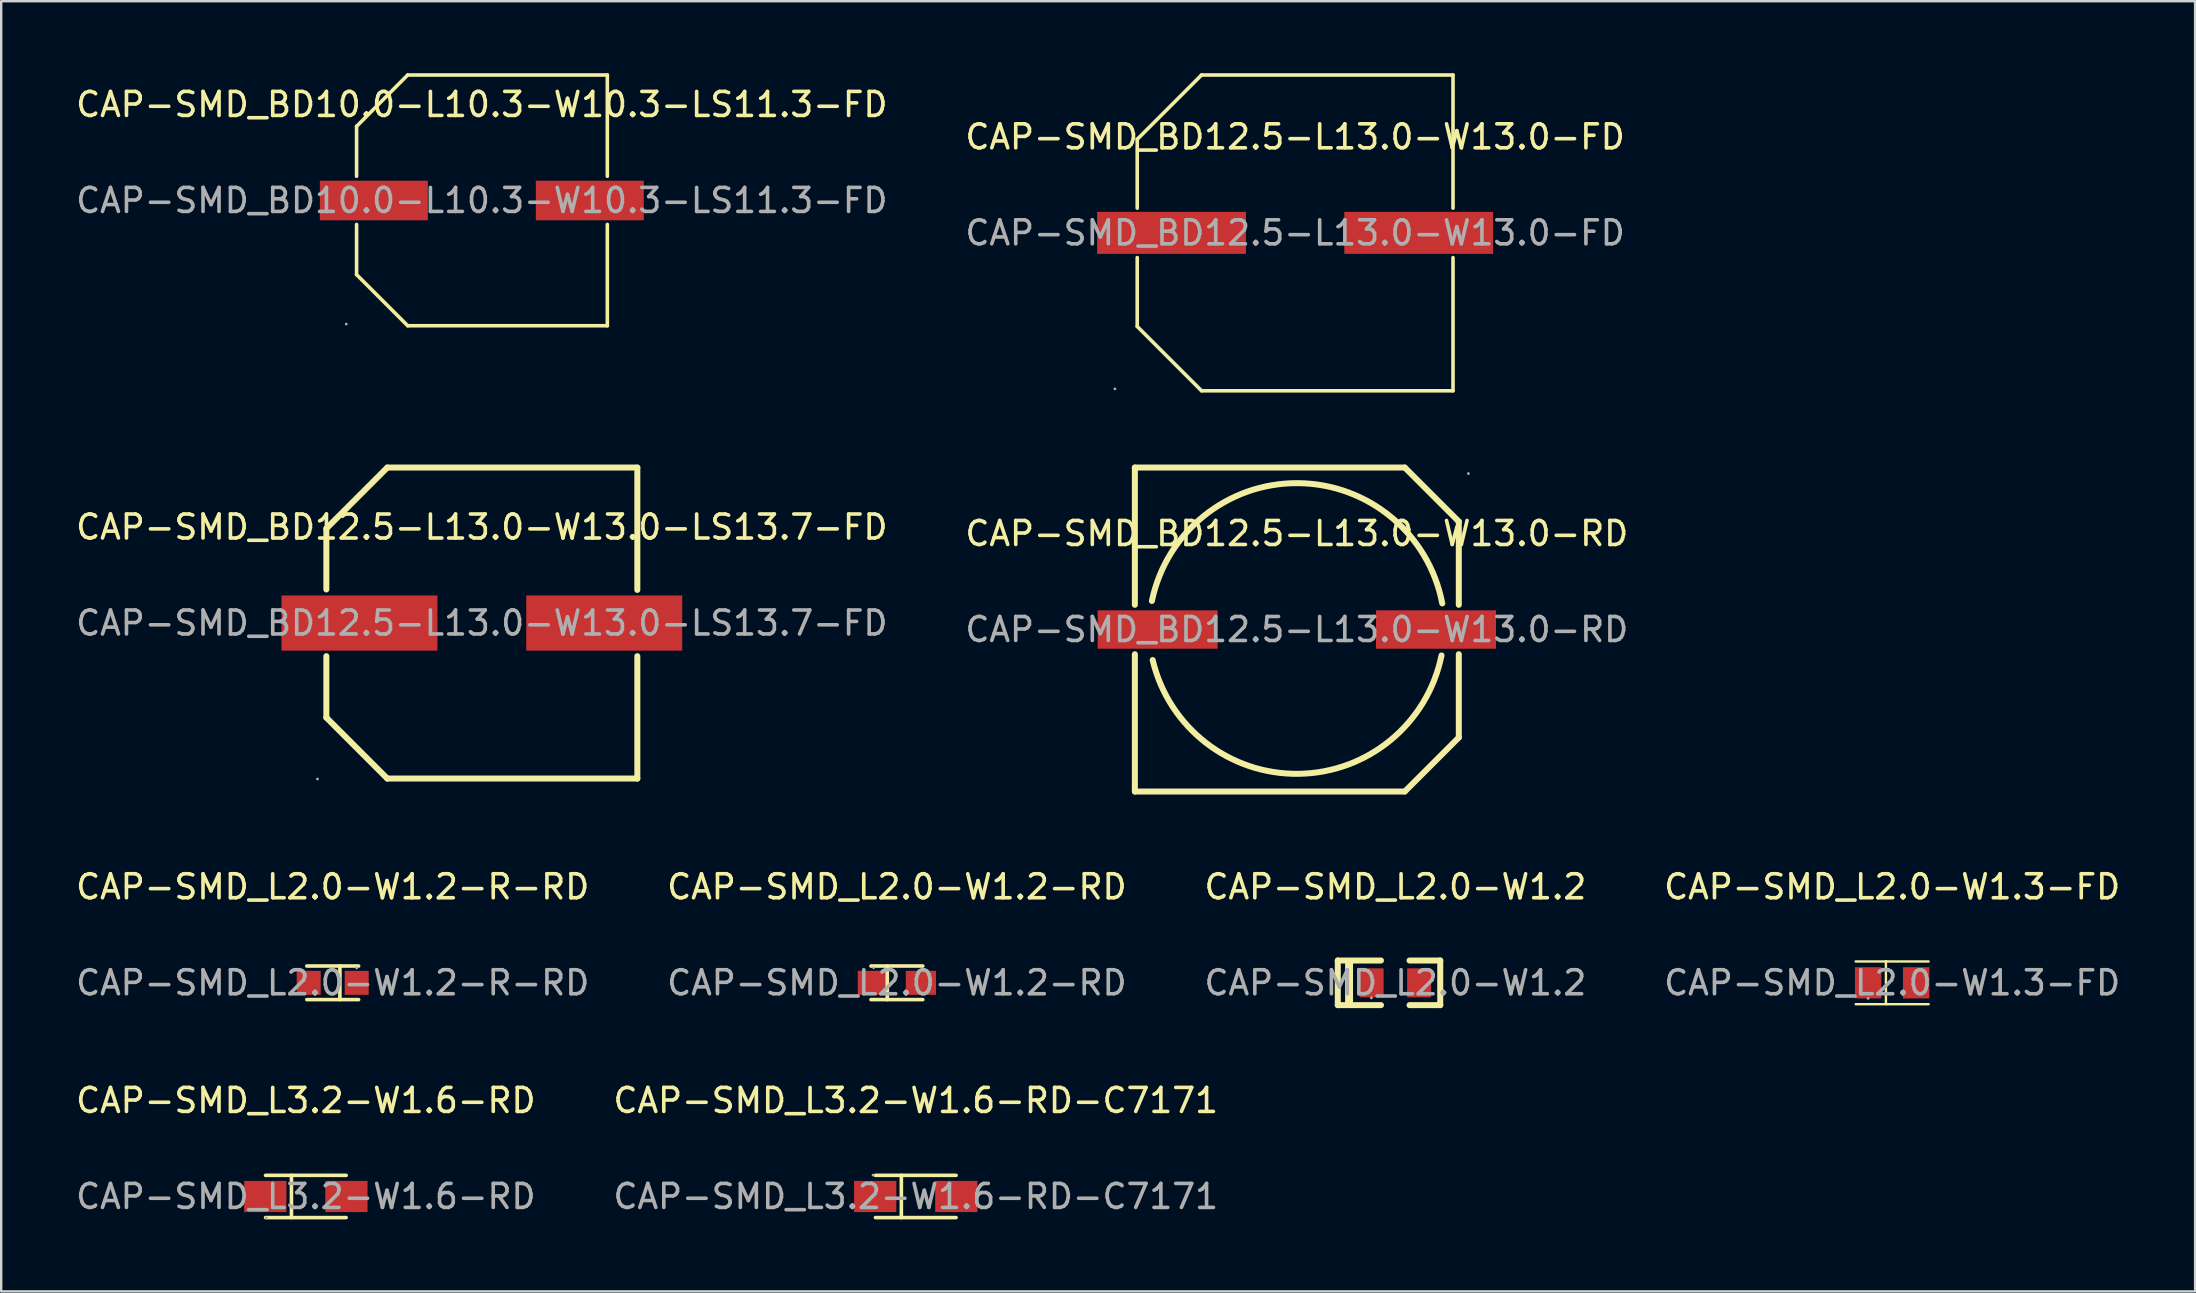
<source format=kicad_pcb>
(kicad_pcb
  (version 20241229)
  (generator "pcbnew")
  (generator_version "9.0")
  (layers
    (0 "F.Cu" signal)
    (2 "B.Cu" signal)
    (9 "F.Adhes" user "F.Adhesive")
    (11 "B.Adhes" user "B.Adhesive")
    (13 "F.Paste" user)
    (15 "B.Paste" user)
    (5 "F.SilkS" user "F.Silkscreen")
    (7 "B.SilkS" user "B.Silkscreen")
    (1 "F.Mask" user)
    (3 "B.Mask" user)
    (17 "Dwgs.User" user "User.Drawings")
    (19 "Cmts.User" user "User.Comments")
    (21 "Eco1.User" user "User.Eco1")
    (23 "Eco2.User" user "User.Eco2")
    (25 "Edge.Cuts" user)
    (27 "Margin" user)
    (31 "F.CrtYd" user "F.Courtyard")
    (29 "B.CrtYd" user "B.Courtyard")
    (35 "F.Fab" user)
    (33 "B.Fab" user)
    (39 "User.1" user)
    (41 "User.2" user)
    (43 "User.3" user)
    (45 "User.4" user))
  (footprint "CAP-SMD_L2.0-W1.2"
    (layer "F.Cu")
    (at 55.101 37.908)
    (property "Reference" "CAP-SMD_L2.0-W1.2" (at 0 -4 0) (layer "F.SilkS") (effects (font (size 1 1) (thickness 0.15))))
    (attr through_hole)
    (fp_line (start -2.4 0.93) (end -2.4 -0.93) (stroke (width 0.25) (type solid)) (layer "F.SilkS"))
    (fp_line (start -1.93 0.87) (end -1.93 -0.87) (stroke (width 0.33) (type solid)) (layer "F.SilkS"))
    (fp_line (start -0.6 -0.93) (end -2.4 -0.93) (stroke (width 0.25) (type solid)) (layer "F.SilkS"))
    (fp_line (start -0.6 0.93) (end -2.4 0.93) (stroke (width 0.25) (type solid)) (layer "F.SilkS"))
    (fp_line (start 0.59 0.93) (end 1.87 0.93) (stroke (width 0.25) (type solid)) (layer "F.SilkS"))
    (fp_line (start 1.87 -0.93) (end 0.59 -0.93) (stroke (width 0.25) (type solid)) (layer "F.SilkS"))
    (fp_line (start 1.87 0.93) (end 1.87 -0.93) (stroke (width 0.25) (type solid)) (layer "F.SilkS"))
    (fp_circle (center -1 0.63) (end -0.97 0.63) (stroke (width 0.06) (type solid)) (fill no) (layer "F.Fab"))
    (fp_text user "${REFERENCE}" (at 0 0 0) (layer "F.Fab") (effects (font (size 1 1) (thickness 0.15))))
    (pad "1" smd rect (at -0.99 0) (size 1 1.21) (layers "F.Cu" "F.Mask" "F.Paste"))
    (pad "2" smd rect (at 0.99 0) (size 1 1.21) (layers "F.Cu" "F.Mask" "F.Paste")))
  (footprint "CAP-SMD_L3.2-W1.6-RD"
    (layer "F.Cu")
    (at 9.696 46.812)
    (property "Reference" "CAP-SMD_L3.2-W1.6-RD" (at 0 -4 0) (layer "F.SilkS") (effects (font (size 1 1) (thickness 0.15))))
    (attr through_hole)
    (fp_line (start -0.6 0.88) (end -0.6 -0.88) (stroke (width 0.15) (type solid)) (layer "F.SilkS"))
    (fp_line (start 1.68 -0.88) (end -1.68 -0.88) (stroke (width 0.15) (type solid)) (layer "F.SilkS"))
    (fp_line (start 1.68 0.88) (end -1.68 0.88) (stroke (width 0.15) (type solid)) (layer "F.SilkS"))
    (fp_circle (center -1.65 0.89) (end -1.62 0.89) (stroke (width 0.06) (type solid)) (fill no) (layer "F.Fab"))
    (fp_text user "${REFERENCE}" (at 0 0 0) (layer "F.Fab") (effects (font (size 1 1) (thickness 0.15))))
    (pad "1" smd rect (at -1.69 0 180) (size 1.76 1.3) (layers "F.Cu" "F.Mask" "F.Paste"))
    (pad "2" smd rect (at 1.69 0 180) (size 1.76 1.3) (layers "F.Cu" "F.Mask" "F.Paste")))
  (footprint "CAP-SMD_BD10.0-L10.3-W10.3-LS11.3-FD"
    (layer "F.Cu")
    (at 17.03 5.305)
    (property "Reference" "CAP-SMD_BD10.0-L10.3-W10.3-LS11.3-FD" (at 0 -4 0) (layer "F.SilkS") (effects (font (size 1 1) (thickness 0.15))))
    (attr through_hole)
    (fp_line (start -5.22 -3.09) (end -5.22 -1.01) (stroke (width 0.15) (type solid)) (layer "F.SilkS"))
    (fp_line (start -5.22 1) (end -5.22 3.09) (stroke (width 0.15) (type solid)) (layer "F.SilkS"))
    (fp_line (start -3.09 -5.23) (end -5.22 -3.09) (stroke (width 0.15) (type solid)) (layer "F.SilkS"))
    (fp_line (start -3.09 5.22) (end -5.22 3.09) (stroke (width 0.15) (type solid)) (layer "F.SilkS"))
    (fp_line (start 5.23 -5.23) (end -3.09 -5.23) (stroke (width 0.15) (type solid)) (layer "F.SilkS"))
    (fp_line (start 5.23 -1.01) (end 5.23 -5.23) (stroke (width 0.15) (type solid)) (layer "F.SilkS"))
    (fp_line (start 5.23 5.22) (end -3.09 5.22) (stroke (width 0.15) (type solid)) (layer "F.SilkS"))
    (fp_line (start 5.23 5.22) (end 5.23 1) (stroke (width 0.15) (type solid)) (layer "F.SilkS"))
    (fp_circle (center -5.65 5.15) (end -5.62 5.15) (stroke (width 0.06) (type solid)) (fill no) (layer "F.Fab"))
    (fp_text user "${REFERENCE}" (at 0 0 0) (layer "F.Fab") (effects (font (size 1 1) (thickness 0.15))))
    (pad "1" smd rect (at -4.5 0) (size 4.5 1.65) (layers "F.Cu" "F.Mask" "F.Paste"))
    (pad "2" smd rect (at 4.5 0) (size 4.5 1.65) (layers "F.Cu" "F.Mask" "F.Paste")))
  (footprint "CAP-SMD_BD12.5-L13.0-W13.0-RD"
    (layer "F.Cu")
    (at 50.994 23.185)
    (property "Reference" "CAP-SMD_BD12.5-L13.0-W13.0-RD" (at 0 -4 0) (layer "F.SilkS") (effects (font (size 1 1) (thickness 0.15))))
    (attr through_hole)
    (fp_line (start -6.75 -6.75) (end 4.5 -6.75) (stroke (width 0.25) (type solid)) (layer "F.SilkS"))
    (fp_line (start -6.75 -1.03) (end -6.75 -6.75) (stroke (width 0.25) (type solid)) (layer "F.SilkS"))
    (fp_line (start -6.75 6.75) (end -6.75 1.03) (stroke (width 0.25) (type solid)) (layer "F.SilkS"))
    (fp_line (start -6.75 6.75) (end 4.5 6.75) (stroke (width 0.25) (type solid)) (layer "F.SilkS"))
    (fp_line (start 4.5 6.75) (end 6.75 4.5) (stroke (width 0.25) (type solid)) (layer "F.SilkS"))
    (fp_line (start 6.75 -4.5) (end 4.5 -6.75) (stroke (width 0.25) (type solid)) (layer "F.SilkS"))
    (fp_line (start 6.75 -1.03) (end 6.75 -4.5) (stroke (width 0.25) (type solid)) (layer "F.SilkS"))
    (fp_line (start 6.75 4.5) (end 6.75 1.03) (stroke (width 0.25) (type solid)) (layer "F.SilkS"))
    (fp_arc (start -6.04 -1.19) (mid 0.051521 -6.099809) (end 6.0602 -1.088957) (stroke (width 0.25) (type solid)) (layer "F.SilkS"))
    (fp_arc (start 6.03 1.08) (mid 0.087846 6.013191) (end -6.007911 1.271112) (stroke (width 0.25) (type solid)) (layer "F.SilkS"))
    (fp_circle (center 7.15 -6.5) (end 7.18 -6.5) (stroke (width 0.06) (type solid)) (fill no) (layer "F.Fab"))
    (fp_text user "${REFERENCE}" (at 0 0 0) (layer "F.Fab") (effects (font (size 1 1) (thickness 0.15))))
    (pad "1" smd rect (at 5.8 0) (size 5 1.6) (layers "F.Cu" "F.Mask" "F.Paste"))
    (pad "2" smd rect (at -5.8 0) (size 5 1.6) (layers "F.Cu" "F.Mask" "F.Paste")))
  (footprint "CAP-SMD_L2.0-W1.2-RD"
    (layer "F.Cu")
    (at 34.327 37.908)
    (property "Reference" "CAP-SMD_L2.0-W1.2-RD" (at 0 -4 0) (layer "F.SilkS") (effects (font (size 1 1) (thickness 0.15))))
    (attr through_hole)
    (fp_line (start -0.4 0.7) (end -0.4 -0.7) (stroke (width 0.15) (type solid)) (layer "F.SilkS"))
    (fp_line (start 1.08 -0.7) (end -1.08 -0.7) (stroke (width 0.15) (type solid)) (layer "F.SilkS"))
    (fp_line (start 1.08 0.7) (end -1.08 0.7) (stroke (width 0.15) (type solid)) (layer "F.SilkS"))
    (fp_circle (center -0.97 -0.63) (end -0.94 -0.63) (stroke (width 0.06) (type solid)) (fill no) (layer "F.Fab"))
    (fp_text user "${REFERENCE}" (at 0 0 0) (layer "F.Fab") (effects (font (size 1 1) (thickness 0.15))))
    (pad "1" smd rect (at -1 0 180) (size 1.26 1) (layers "F.Cu" "F.Mask" "F.Paste"))
    (pad "2" smd rect (at 1 0 180) (size 1.26 1) (layers "F.Cu" "F.Mask" "F.Paste")))
  (footprint "CAP-SMD_L2.0-W1.2-R-RD"
    (layer "F.Cu")
    (at 10.815 37.908)
    (property "Reference" "CAP-SMD_L2.0-W1.2-R-RD" (at 0 -4 0) (layer "F.SilkS") (effects (font (size 1 1) (thickness 0.15))))
    (attr through_hole)
    (fp_line (start -1.08 -0.7) (end 1.08 -0.7) (stroke (width 0.15) (type solid)) (layer "F.SilkS"))
    (fp_line (start -1.08 0.7) (end 1.08 0.7) (stroke (width 0.15) (type solid)) (layer "F.SilkS"))
    (fp_line (start 0.3 -0.7) (end 0.3 0.7) (stroke (width 0.15) (type solid)) (layer "F.SilkS"))
    (fp_circle (center 1 -0.62) (end 1.03 -0.62) (stroke (width 0.06) (type solid)) (fill no) (layer "F.Fab"))
    (fp_text user "${REFERENCE}" (at 0 0 0) (layer "F.Fab") (effects (font (size 1 1) (thickness 0.15))))
    (pad "1" smd rect (at 1 0) (size 1 1) (layers "F.Cu" "F.Mask" "F.Paste"))
    (pad "2" smd rect (at -1 0) (size 1 1) (layers "F.Cu" "F.Mask" "F.Paste")))
  (footprint "CAP-SMD_BD12.5-L13.0-W13.0-FD"
    (layer "F.Cu")
    (at 50.923 6.655)
    (property "Reference" "CAP-SMD_BD12.5-L13.0-W13.0-FD" (at 0 -4 0) (layer "F.SilkS") (effects (font (size 1 1) (thickness 0.15))))
    (attr through_hole)
    (fp_line (start -6.58 -3.9) (end -6.58 -1.03) (stroke (width 0.15) (type solid)) (layer "F.SilkS"))
    (fp_line (start -6.58 3.9) (end -6.58 1.03) (stroke (width 0.15) (type solid)) (layer "F.SilkS"))
    (fp_line (start -3.9 -6.58) (end -6.58 -3.9) (stroke (width 0.15) (type solid)) (layer "F.SilkS"))
    (fp_line (start -3.9 6.58) (end -6.58 3.9) (stroke (width 0.15) (type solid)) (layer "F.SilkS"))
    (fp_line (start 6.58 -6.58) (end -3.9 -6.58) (stroke (width 0.15) (type solid)) (layer "F.SilkS"))
    (fp_line (start 6.58 -1.03) (end 6.58 -6.58) (stroke (width 0.15) (type solid)) (layer "F.SilkS"))
    (fp_line (start 6.58 1.03) (end 6.58 6.58) (stroke (width 0.15) (type solid)) (layer "F.SilkS"))
    (fp_line (start 6.58 6.58) (end -3.9 6.58) (stroke (width 0.15) (type solid)) (layer "F.SilkS"))
    (fp_circle (center -7.51 6.5) (end -7.48 6.5) (stroke (width 0.06) (type solid)) (fill no) (layer "F.Fab"))
    (fp_text user "${REFERENCE}" (at 0 0 0) (layer "F.Fab") (effects (font (size 1 1) (thickness 0.15))))
    (pad "1" smd rect (at -5.15 0) (size 6.2 1.75) (layers "F.Cu" "F.Mask" "F.Paste"))
    (pad "2" smd rect (at 5.15 0) (size 6.2 1.75) (layers "F.Cu" "F.Mask" "F.Paste")))
  (footprint "CAP-SMD_L2.0-W1.3-FD"
    (layer "F.Cu")
    (at 75.804 37.908)
    (property "Reference" "CAP-SMD_L2.0-W1.3-FD" (at 0 -4 0) (layer "F.SilkS") (effects (font (size 1 1) (thickness 0.15))))
    (attr through_hole)
    (fp_line (start -1.52 -0.89) (end 1.52 -0.89) (stroke (width 0.1) (type solid)) (layer "F.SilkS"))
    (fp_line (start -0.28 -0.89) (end -0.26 -0.89) (stroke (width 0.1) (type solid)) (layer "F.SilkS"))
    (fp_line (start -0.26 -0.89) (end -0.26 0.89) (stroke (width 0.1) (type solid)) (layer "F.SilkS"))
    (fp_line (start 1.52 0.89) (end -1.52 0.89) (stroke (width 0.1) (type solid)) (layer "F.SilkS"))
    (fp_circle (center -1 0.65) (end -0.97 0.65) (stroke (width 0.06) (type solid)) (fill no) (layer "F.Fab"))
    (fp_text user "${REFERENCE}" (at 0 0 0) (layer "F.Fab") (effects (font (size 1 1) (thickness 0.15))))
    (pad "1" smd rect (at -1 0) (size 1.1 1.3) (layers "F.Cu" "F.Mask" "F.Paste"))
    (pad "2" smd rect (at 1 0) (size 1.1 1.3) (layers "F.Cu" "F.Mask" "F.Paste")))
  (footprint "CAP-SMD_L3.2-W1.6-RD-C7171"
    (layer "F.Cu")
    (at 35.113 46.812)
    (property "Reference" "CAP-SMD_L3.2-W1.6-RD-C7171" (at 0 -4 0) (layer "F.SilkS") (effects (font (size 1 1) (thickness 0.15))))
    (attr through_hole)
    (fp_line (start -0.6 0.88) (end -0.6 -0.88) (stroke (width 0.15) (type solid)) (layer "F.SilkS"))
    (fp_line (start 1.68 -0.88) (end -1.68 -0.88) (stroke (width 0.15) (type solid)) (layer "F.SilkS"))
    (fp_line (start 1.68 0.88) (end -1.68 0.88) (stroke (width 0.15) (type solid)) (layer "F.SilkS"))
    (fp_circle (center -1.78 -0.89) (end -1.75 -0.89) (stroke (width 0.06) (type solid)) (fill no) (layer "F.Fab"))
    (fp_text user "${REFERENCE}" (at 0 0 0) (layer "F.Fab") (effects (font (size 1 1) (thickness 0.15))))
    (pad "1" smd rect (at -1.69 0 180) (size 1.76 1.3) (layers "F.Cu" "F.Mask" "F.Paste"))
    (pad "2" smd rect (at 1.69 0 180) (size 1.76 1.3) (layers "F.Cu" "F.Mask" "F.Paste")))
  (footprint "CAP-SMD_BD12.5-L13.0-W13.0-LS13.7-FD"
    (layer "F.Cu")
    (at 17.03 22.915)
    (property "Reference" "CAP-SMD_BD12.5-L13.0-W13.0-LS13.7-FD" (at 0 -4 0) (layer "F.SilkS") (effects (font (size 1 1) (thickness 0.15))))
    (attr through_hole)
    (fp_line (start -6.48 -3.94) (end -6.48 -1.4) (stroke (width 0.25) (type solid)) (layer "F.SilkS"))
    (fp_line (start -6.48 1.38) (end -6.48 3.94) (stroke (width 0.25) (type solid)) (layer "F.SilkS"))
    (fp_line (start -6.48 3.94) (end -3.94 6.48) (stroke (width 0.25) (type solid)) (layer "F.SilkS"))
    (fp_line (start -3.94 -6.48) (end -6.48 -3.94) (stroke (width 0.25) (type solid)) (layer "F.SilkS"))
    (fp_line (start -3.94 6.48) (end 6.48 6.48) (stroke (width 0.25) (type solid)) (layer "F.SilkS"))
    (fp_line (start 6.48 -6.48) (end -3.94 -6.48) (stroke (width 0.25) (type solid)) (layer "F.SilkS"))
    (fp_line (start 6.48 -1.38) (end 6.48 -6.48) (stroke (width 0.25) (type solid)) (layer "F.SilkS"))
    (fp_line (start 6.48 6.48) (end 6.48 1.38) (stroke (width 0.25) (type solid)) (layer "F.SilkS"))
    (fp_circle (center -6.85 6.5) (end -6.82 6.5) (stroke (width 0.06) (type solid)) (fill no) (layer "F.Fab"))
    (fp_text user "${REFERENCE}" (at 0 0 0) (layer "F.Fab") (effects (font (size 1 1) (thickness 0.15))))
    (pad "1" smd rect (at -5.1 0) (size 6.5 2.3) (layers "F.Cu" "F.Mask" "F.Paste"))
    (pad "2" smd rect (at 5.1 0) (size 6.5 2.3) (layers "F.Cu" "F.Mask" "F.Paste")))
  (gr_rect
    (start -3 -3)
    (end 88.429 50.767)
    (stroke (width 0.1) (type default))
    (fill no)
    (layer "Edge.Cuts")))
</source>
